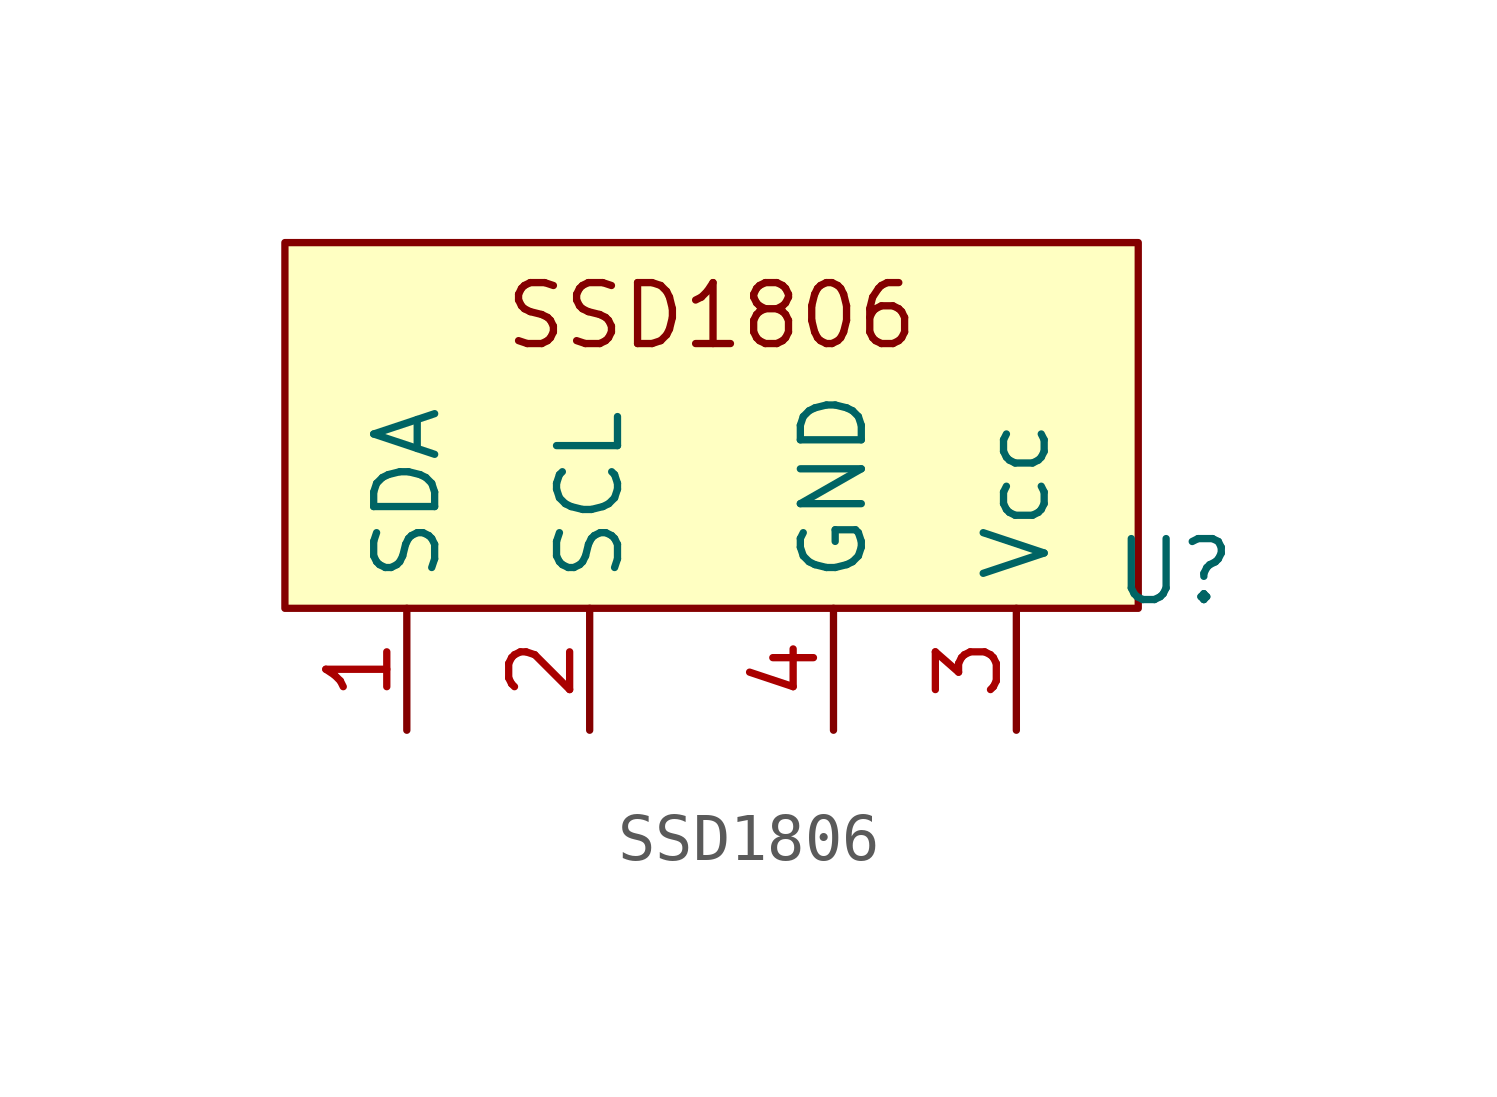
<source format=kicad_sym>
(kicad_symbol_lib
  (version 20241209)
  (generator "kicad_symbol_editor")
  (generator_version "9.0")
  (symbol "SSD1806"
    (property "Reference" "U"
      (at 9.652 -3.048 0)
      (effects (font (size 1.27 1.27))))
    (property "Value" ""
      (at 0 0 0)
      (effects (font (size 1.27 1.27))))
    (symbol "SSD1806_1_1"
      (rectangle (start -8.89 3.81) (end 8.89 -3.81) (stroke (width 0) (type solid)) (fill (type background)))
      (text "SSD1806\n" (at 0 2.286 0) (effects (font (size 1.27 1.27))))
      (pin input line (at -6.35 -6.35 90) (length 2.54) (name "SDA" (effects (font (size 1.27 1.27)))) (number "1" (effects (font (size 1.27 1.27)))))
      (pin input line (at -2.54 -6.35 90) (length 2.54) (name "SCL" (effects (font (size 1.27 1.27)))) (number "2" (effects (font (size 1.27 1.27)))))
      (pin input line (at 2.54 -6.35 90) (length 2.54) (name "GND" (effects (font (size 1.27 1.27)))) (number "4" (effects (font (size 1.27 1.27)))))
      (pin input line (at 6.35 -6.35 90) (length 2.54) (name "Vcc" (effects (font (size 1.27 1.27)))) (number "3" (effects (font (size 1.27 1.27))))))))
</source>
